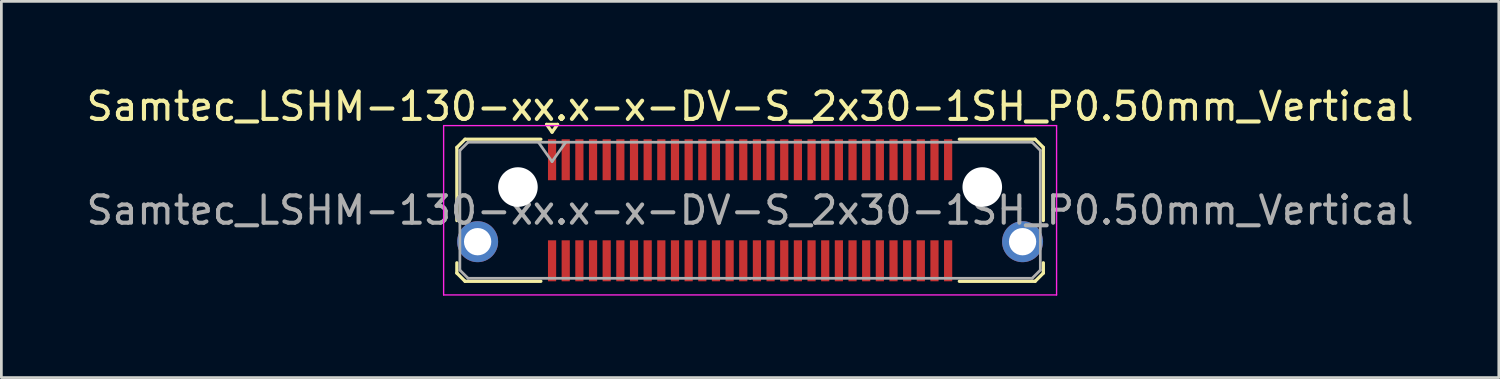
<source format=kicad_pcb>
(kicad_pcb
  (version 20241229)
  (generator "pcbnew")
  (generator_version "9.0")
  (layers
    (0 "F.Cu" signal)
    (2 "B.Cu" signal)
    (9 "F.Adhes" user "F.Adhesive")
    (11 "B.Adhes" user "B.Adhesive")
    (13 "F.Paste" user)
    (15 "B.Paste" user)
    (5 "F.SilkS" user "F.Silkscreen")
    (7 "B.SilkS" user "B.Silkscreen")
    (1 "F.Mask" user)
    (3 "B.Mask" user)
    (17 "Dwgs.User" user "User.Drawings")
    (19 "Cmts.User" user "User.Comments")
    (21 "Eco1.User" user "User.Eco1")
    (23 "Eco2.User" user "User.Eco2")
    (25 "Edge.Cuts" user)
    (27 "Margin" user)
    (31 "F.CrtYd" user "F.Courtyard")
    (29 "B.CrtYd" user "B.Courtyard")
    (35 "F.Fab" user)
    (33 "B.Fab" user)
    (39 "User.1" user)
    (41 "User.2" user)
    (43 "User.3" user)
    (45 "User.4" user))
  (footprint "Samtec_LSHM-130-xx.x-x-DV-S_2x30-1SH_P0.50mm_Vertical"
    (layer "F.Cu")
    (at 24.411 4.648)
    (property "Reference" "Samtec_LSHM-130-xx.x-x-DV-S_2x30-1SH_P0.50mm_Vertical" (at 0 -3.8 0) (layer "F.SilkS") (effects (font (size 1 1) (thickness 0.15))))
    (attr smd)
    (fp_line (start -10.735 -2.3) (end -10.735 0.377) (stroke (width 0.12) (type solid)) (layer "F.SilkS"))
    (fp_line (start -10.735 1.923) (end -10.735 2.3) (stroke (width 0.12) (type solid)) (layer "F.SilkS"))
    (fp_line (start -10.735 2.3) (end -10.435 2.6) (stroke (width 0.12) (type solid)) (layer "F.SilkS"))
    (fp_line (start -10.435 -2.6) (end -10.735 -2.3) (stroke (width 0.12) (type solid)) (layer "F.SilkS"))
    (fp_line (start -10.435 2.6) (end -7.66 2.6) (stroke (width 0.12) (type solid)) (layer "F.SilkS"))
    (fp_line (start -7.66 -2.6) (end -10.435 -2.6) (stroke (width 0.12) (type solid)) (layer "F.SilkS"))
    (fp_line (start -7.45 -3.143) (end -7.05 -3.143) (stroke (width 0.12) (type solid)) (layer "F.SilkS"))
    (fp_line (start -7.25 -2.86) (end -7.45 -3.143) (stroke (width 0.12) (type solid)) (layer "F.SilkS"))
    (fp_line (start -7.05 -3.143) (end -7.25 -2.86) (stroke (width 0.12) (type solid)) (layer "F.SilkS"))
    (fp_line (start 7.66 -2.6) (end 10.435 -2.6) (stroke (width 0.12) (type solid)) (layer "F.SilkS"))
    (fp_line (start 10.435 -2.6) (end 10.735 -2.3) (stroke (width 0.12) (type solid)) (layer "F.SilkS"))
    (fp_line (start 10.435 2.6) (end 7.66 2.6) (stroke (width 0.12) (type solid)) (layer "F.SilkS"))
    (fp_line (start 10.735 -2.3) (end 10.735 0.377) (stroke (width 0.12) (type solid)) (layer "F.SilkS"))
    (fp_line (start 10.735 1.923) (end 10.735 2.3) (stroke (width 0.12) (type solid)) (layer "F.SilkS"))
    (fp_line (start 10.735 2.3) (end 10.435 2.6) (stroke (width 0.12) (type solid)) (layer "F.SilkS"))
    (fp_line (start -11.22 -3.1) (end -11.22 3.1) (stroke (width 0.05) (type solid)) (layer "F.CrtYd"))
    (fp_line (start -11.22 3.1) (end 11.22 3.1) (stroke (width 0.05) (type solid)) (layer "F.CrtYd"))
    (fp_line (start 11.22 -3.1) (end -11.22 -3.1) (stroke (width 0.05) (type solid)) (layer "F.CrtYd"))
    (fp_line (start 11.22 3.1) (end 11.22 -3.1) (stroke (width 0.05) (type solid)) (layer "F.CrtYd"))
    (fp_line (start -10.625 -2.19) (end -10.625 2.19) (stroke (width 0.1) (type solid)) (layer "F.Fab"))
    (fp_line (start -10.625 2.19) (end -10.325 2.49) (stroke (width 0.1) (type solid)) (layer "F.Fab"))
    (fp_line (start -10.325 -2.49) (end -10.625 -2.19) (stroke (width 0.1) (type solid)) (layer "F.Fab"))
    (fp_line (start -10.325 2.49) (end 0 2.49) (stroke (width 0.1) (type solid)) (layer "F.Fab"))
    (fp_line (start -7.75 -2.49) (end -7.25 -1.783) (stroke (width 0.1) (type solid)) (layer "F.Fab"))
    (fp_line (start -7.25 -1.783) (end -6.75 -2.49) (stroke (width 0.1) (type solid)) (layer "F.Fab"))
    (fp_line (start 0 -2.49) (end -10.325 -2.49) (stroke (width 0.1) (type solid)) (layer "F.Fab"))
    (fp_line (start 0 -2.49) (end 10.325 -2.49) (stroke (width 0.1) (type solid)) (layer "F.Fab"))
    (fp_line (start 10.325 -2.49) (end 10.625 -2.19) (stroke (width 0.1) (type solid)) (layer "F.Fab"))
    (fp_line (start 10.325 2.49) (end 0 2.49) (stroke (width 0.1) (type solid)) (layer "F.Fab"))
    (fp_line (start 10.625 -2.19) (end 10.625 2.19) (stroke (width 0.1) (type solid)) (layer "F.Fab"))
    (fp_line (start 10.625 2.19) (end 10.325 2.49) (stroke (width 0.1) (type solid)) (layer "F.Fab"))
    (fp_text user "${REFERENCE}" (at 0 0 0) (layer "F.Fab") (effects (font (size 1 1) (thickness 0.15))))
    (pad "" np_thru_hole circle (at -8.5 -0.85) (size 1.45 1.45) (drill 1.45) (layers "*.Cu" "*.Mask"))
    (pad "" np_thru_hole circle (at 8.5 -0.85) (size 1.45 1.45) (drill 1.45) (layers "*.Cu" "*.Mask"))
    (pad "1" smd rect (at -7.25 -1.85) (size 0.3 1.5) (layers "F.Cu" "F.Mask" "F.Paste"))
    (pad "2" smd rect (at -7.25 1.85) (size 0.3 1.5) (layers "F.Cu" "F.Mask" "F.Paste"))
    (pad "3" smd rect (at -6.75 -1.85) (size 0.3 1.5) (layers "F.Cu" "F.Mask" "F.Paste"))
    (pad "4" smd rect (at -6.75 1.85) (size 0.3 1.5) (layers "F.Cu" "F.Mask" "F.Paste"))
    (pad "5" smd rect (at -6.25 -1.85) (size 0.3 1.5) (layers "F.Cu" "F.Mask" "F.Paste"))
    (pad "6" smd rect (at -6.25 1.85) (size 0.3 1.5) (layers "F.Cu" "F.Mask" "F.Paste"))
    (pad "7" smd rect (at -5.75 -1.85) (size 0.3 1.5) (layers "F.Cu" "F.Mask" "F.Paste"))
    (pad "8" smd rect (at -5.75 1.85) (size 0.3 1.5) (layers "F.Cu" "F.Mask" "F.Paste"))
    (pad "9" smd rect (at -5.25 -1.85) (size 0.3 1.5) (layers "F.Cu" "F.Mask" "F.Paste"))
    (pad "10" smd rect (at -5.25 1.85) (size 0.3 1.5) (layers "F.Cu" "F.Mask" "F.Paste"))
    (pad "11" smd rect (at -4.75 -1.85) (size 0.3 1.5) (layers "F.Cu" "F.Mask" "F.Paste"))
    (pad "12" smd rect (at -4.75 1.85) (size 0.3 1.5) (layers "F.Cu" "F.Mask" "F.Paste"))
    (pad "13" smd rect (at -4.25 -1.85) (size 0.3 1.5) (layers "F.Cu" "F.Mask" "F.Paste"))
    (pad "14" smd rect (at -4.25 1.85) (size 0.3 1.5) (layers "F.Cu" "F.Mask" "F.Paste"))
    (pad "15" smd rect (at -3.75 -1.85) (size 0.3 1.5) (layers "F.Cu" "F.Mask" "F.Paste"))
    (pad "16" smd rect (at -3.75 1.85) (size 0.3 1.5) (layers "F.Cu" "F.Mask" "F.Paste"))
    (pad "17" smd rect (at -3.25 -1.85) (size 0.3 1.5) (layers "F.Cu" "F.Mask" "F.Paste"))
    (pad "18" smd rect (at -3.25 1.85) (size 0.3 1.5) (layers "F.Cu" "F.Mask" "F.Paste"))
    (pad "19" smd rect (at -2.75 -1.85) (size 0.3 1.5) (layers "F.Cu" "F.Mask" "F.Paste"))
    (pad "20" smd rect (at -2.75 1.85) (size 0.3 1.5) (layers "F.Cu" "F.Mask" "F.Paste"))
    (pad "21" smd rect (at -2.25 -1.85) (size 0.3 1.5) (layers "F.Cu" "F.Mask" "F.Paste"))
    (pad "22" smd rect (at -2.25 1.85) (size 0.3 1.5) (layers "F.Cu" "F.Mask" "F.Paste"))
    (pad "23" smd rect (at -1.75 -1.85) (size 0.3 1.5) (layers "F.Cu" "F.Mask" "F.Paste"))
    (pad "24" smd rect (at -1.75 1.85) (size 0.3 1.5) (layers "F.Cu" "F.Mask" "F.Paste"))
    (pad "25" smd rect (at -1.25 -1.85) (size 0.3 1.5) (layers "F.Cu" "F.Mask" "F.Paste"))
    (pad "26" smd rect (at -1.25 1.85) (size 0.3 1.5) (layers "F.Cu" "F.Mask" "F.Paste"))
    (pad "27" smd rect (at -0.75 -1.85) (size 0.3 1.5) (layers "F.Cu" "F.Mask" "F.Paste"))
    (pad "28" smd rect (at -0.75 1.85) (size 0.3 1.5) (layers "F.Cu" "F.Mask" "F.Paste"))
    (pad "29" smd rect (at -0.25 -1.85) (size 0.3 1.5) (layers "F.Cu" "F.Mask" "F.Paste"))
    (pad "30" smd rect (at -0.25 1.85) (size 0.3 1.5) (layers "F.Cu" "F.Mask" "F.Paste"))
    (pad "31" smd rect (at 0.25 -1.85) (size 0.3 1.5) (layers "F.Cu" "F.Mask" "F.Paste"))
    (pad "32" smd rect (at 0.25 1.85) (size 0.3 1.5) (layers "F.Cu" "F.Mask" "F.Paste"))
    (pad "33" smd rect (at 0.75 -1.85) (size 0.3 1.5) (layers "F.Cu" "F.Mask" "F.Paste"))
    (pad "34" smd rect (at 0.75 1.85) (size 0.3 1.5) (layers "F.Cu" "F.Mask" "F.Paste"))
    (pad "35" smd rect (at 1.25 -1.85) (size 0.3 1.5) (layers "F.Cu" "F.Mask" "F.Paste"))
    (pad "36" smd rect (at 1.25 1.85) (size 0.3 1.5) (layers "F.Cu" "F.Mask" "F.Paste"))
    (pad "37" smd rect (at 1.75 -1.85) (size 0.3 1.5) (layers "F.Cu" "F.Mask" "F.Paste"))
    (pad "38" smd rect (at 1.75 1.85) (size 0.3 1.5) (layers "F.Cu" "F.Mask" "F.Paste"))
    (pad "39" smd rect (at 2.25 -1.85) (size 0.3 1.5) (layers "F.Cu" "F.Mask" "F.Paste"))
    (pad "40" smd rect (at 2.25 1.85) (size 0.3 1.5) (layers "F.Cu" "F.Mask" "F.Paste"))
    (pad "41" smd rect (at 2.75 -1.85) (size 0.3 1.5) (layers "F.Cu" "F.Mask" "F.Paste"))
    (pad "42" smd rect (at 2.75 1.85) (size 0.3 1.5) (layers "F.Cu" "F.Mask" "F.Paste"))
    (pad "43" smd rect (at 3.25 -1.85) (size 0.3 1.5) (layers "F.Cu" "F.Mask" "F.Paste"))
    (pad "44" smd rect (at 3.25 1.85) (size 0.3 1.5) (layers "F.Cu" "F.Mask" "F.Paste"))
    (pad "45" smd rect (at 3.75 -1.85) (size 0.3 1.5) (layers "F.Cu" "F.Mask" "F.Paste"))
    (pad "46" smd rect (at 3.75 1.85) (size 0.3 1.5) (layers "F.Cu" "F.Mask" "F.Paste"))
    (pad "47" smd rect (at 4.25 -1.85) (size 0.3 1.5) (layers "F.Cu" "F.Mask" "F.Paste"))
    (pad "48" smd rect (at 4.25 1.85) (size 0.3 1.5) (layers "F.Cu" "F.Mask" "F.Paste"))
    (pad "49" smd rect (at 4.75 -1.85) (size 0.3 1.5) (layers "F.Cu" "F.Mask" "F.Paste"))
    (pad "50" smd rect (at 4.75 1.85) (size 0.3 1.5) (layers "F.Cu" "F.Mask" "F.Paste"))
    (pad "51" smd rect (at 5.25 -1.85) (size 0.3 1.5) (layers "F.Cu" "F.Mask" "F.Paste"))
    (pad "52" smd rect (at 5.25 1.85) (size 0.3 1.5) (layers "F.Cu" "F.Mask" "F.Paste"))
    (pad "53" smd rect (at 5.75 -1.85) (size 0.3 1.5) (layers "F.Cu" "F.Mask" "F.Paste"))
    (pad "54" smd rect (at 5.75 1.85) (size 0.3 1.5) (layers "F.Cu" "F.Mask" "F.Paste"))
    (pad "55" smd rect (at 6.25 -1.85) (size 0.3 1.5) (layers "F.Cu" "F.Mask" "F.Paste"))
    (pad "56" smd rect (at 6.25 1.85) (size 0.3 1.5) (layers "F.Cu" "F.Mask" "F.Paste"))
    (pad "57" smd rect (at 6.75 -1.85) (size 0.3 1.5) (layers "F.Cu" "F.Mask" "F.Paste"))
    (pad "58" smd rect (at 6.75 1.85) (size 0.3 1.5) (layers "F.Cu" "F.Mask" "F.Paste"))
    (pad "59" smd rect (at 7.25 -1.85) (size 0.3 1.5) (layers "F.Cu" "F.Mask" "F.Paste"))
    (pad "60" smd rect (at 7.25 1.85) (size 0.3 1.5) (layers "F.Cu" "F.Mask" "F.Paste"))
    (pad "SH" thru_hole circle (at -9.975 1.15) (size 1.5 1.5) (drill 1) (layers "*.Cu" "*.Mask"))
    (pad "SH" thru_hole circle (at 9.975 1.15) (size 1.5 1.5) (drill 1) (layers "*.Cu" "*.Mask")))
  (gr_rect
    (start -3 -3)
    (end 51.821 10.773)
    (stroke (width 0.1) (type default))
    (fill no)
    (layer "Edge.Cuts")))
</source>
